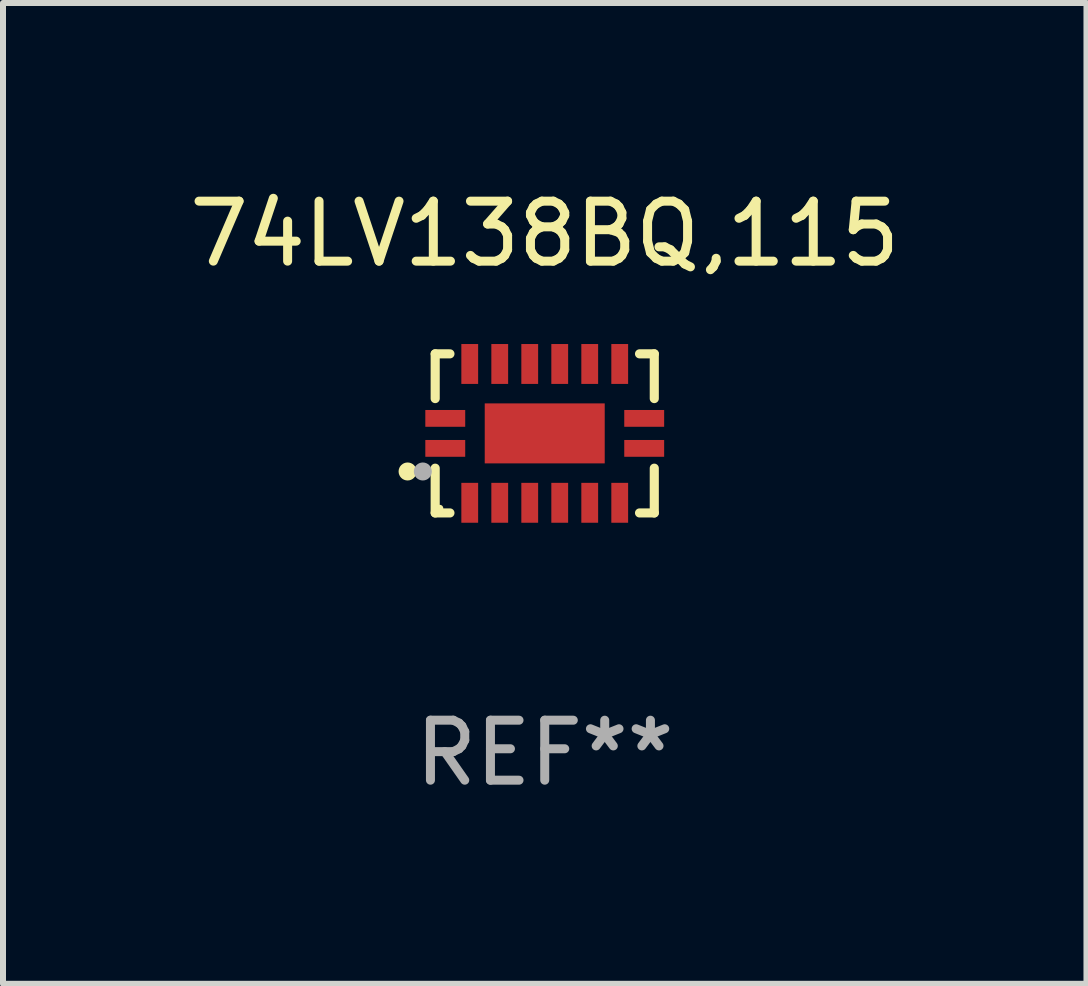
<source format=kicad_pcb>
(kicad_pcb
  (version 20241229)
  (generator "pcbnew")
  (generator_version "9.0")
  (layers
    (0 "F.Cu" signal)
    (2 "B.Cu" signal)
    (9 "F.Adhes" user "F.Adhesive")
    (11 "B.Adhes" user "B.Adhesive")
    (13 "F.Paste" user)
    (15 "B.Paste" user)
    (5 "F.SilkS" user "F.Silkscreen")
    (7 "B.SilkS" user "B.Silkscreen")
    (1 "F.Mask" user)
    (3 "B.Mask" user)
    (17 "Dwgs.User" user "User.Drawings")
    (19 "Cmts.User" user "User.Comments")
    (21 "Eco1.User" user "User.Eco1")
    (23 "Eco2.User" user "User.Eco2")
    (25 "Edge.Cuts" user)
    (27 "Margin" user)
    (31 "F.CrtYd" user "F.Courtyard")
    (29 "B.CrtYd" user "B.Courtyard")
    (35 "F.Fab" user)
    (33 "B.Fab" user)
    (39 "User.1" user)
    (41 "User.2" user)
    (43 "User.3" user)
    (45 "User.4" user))
  (footprint "74LV138BQ,115"
    (layer "F.Cu")
    (at 6.03 4.174)
    (property "Reference" "74LV138BQ,115" (at 0 -3.326 0) (layer "F.SilkS") (effects (font (size 1 1) (thickness 0.15))))
    (attr through_hole)
    (fp_line (start -1.826 -1.326) (end -1.58 -1.326) (stroke (width 0.152) (type solid)) (layer "F.SilkS"))
    (fp_line (start -1.826 -0.58) (end -1.826 -1.326) (stroke (width 0.152) (type solid)) (layer "F.SilkS"))
    (fp_line (start -1.826 0.58) (end -1.826 1.326) (stroke (width 0.152) (type solid)) (layer "F.SilkS"))
    (fp_line (start -1.826 1.326) (end -1.58 1.326) (stroke (width 0.152) (type solid)) (layer "F.SilkS"))
    (fp_line (start 1.826 -1.326) (end 1.58 -1.326) (stroke (width 0.152) (type solid)) (layer "F.SilkS"))
    (fp_line (start 1.826 -0.58) (end 1.826 -1.326) (stroke (width 0.152) (type solid)) (layer "F.SilkS"))
    (fp_line (start 1.826 0.58) (end 1.826 1.326) (stroke (width 0.152) (type solid)) (layer "F.SilkS"))
    (fp_line (start 1.826 1.326) (end 1.58 1.326) (stroke (width 0.152) (type solid)) (layer "F.SilkS"))
    (fp_circle (center -2.286 0.635) (end -2.211 0.635) (stroke (width 0.15) (type solid)) (fill no) (layer "F.SilkS"))
    (fp_circle (center -1.75 1.25) (end -1.72 1.25) (stroke (width 0.06) (type solid)) (fill no) (layer "F.SilkS"))
    (fp_circle (center -2.032 0.635) (end -1.957 0.635) (stroke (width 0.15) (type solid)) (fill no) (layer "F.Fab"))
    (fp_text user "REF**" (at 0 5.326 0) (layer "F.Fab") (effects (font (size 1 1) (thickness 0.15))))
    (pad "1" smd rect (at -1.658 0.25) (size 0.665 0.28) (layers "F.Cu" "F.Mask" "F.Paste"))
    (pad "2" smd rect (at -1.25 1.157) (size 0.28 0.665) (layers "F.Cu" "F.Mask" "F.Paste"))
    (pad "3" smd rect (at -0.75 1.157) (size 0.28 0.665) (layers "F.Cu" "F.Mask" "F.Paste"))
    (pad "4" smd rect (at -0.25 1.157) (size 0.28 0.665) (layers "F.Cu" "F.Mask" "F.Paste"))
    (pad "5" smd rect (at 0.25 1.157) (size 0.28 0.665) (layers "F.Cu" "F.Mask" "F.Paste"))
    (pad "6" smd rect (at 0.75 1.157) (size 0.28 0.665) (layers "F.Cu" "F.Mask" "F.Paste"))
    (pad "7" smd rect (at 1.25 1.157) (size 0.28 0.665) (layers "F.Cu" "F.Mask" "F.Paste"))
    (pad "8" smd rect (at 1.658 0.25) (size 0.665 0.28) (layers "F.Cu" "F.Mask" "F.Paste"))
    (pad "9" smd rect (at 1.658 -0.25) (size 0.665 0.28) (layers "F.Cu" "F.Mask" "F.Paste"))
    (pad "10" smd rect (at 1.25 -1.157) (size 0.28 0.665) (layers "F.Cu" "F.Mask" "F.Paste"))
    (pad "11" smd rect (at 0.75 -1.157) (size 0.28 0.665) (layers "F.Cu" "F.Mask" "F.Paste"))
    (pad "12" smd rect (at 0.25 -1.157) (size 0.28 0.665) (layers "F.Cu" "F.Mask" "F.Paste"))
    (pad "13" smd rect (at -0.25 -1.157) (size 0.28 0.665) (layers "F.Cu" "F.Mask" "F.Paste"))
    (pad "14" smd rect (at -0.75 -1.157) (size 0.28 0.665) (layers "F.Cu" "F.Mask" "F.Paste"))
    (pad "15" smd rect (at -1.25 -1.157) (size 0.28 0.665) (layers "F.Cu" "F.Mask" "F.Paste"))
    (pad "16" smd rect (at -1.658 -0.25) (size 0.665 0.28) (layers "F.Cu" "F.Mask" "F.Paste"))
    (pad "17" smd rect (at 0 0) (size 2 1) (layers "F.Cu" "F.Mask" "F.Paste")))
  (gr_rect
    (start -3 -3)
    (end 15.06 13.349)
    (stroke (width 0.1) (type default))
    (fill no)
    (layer "Edge.Cuts")))
</source>
